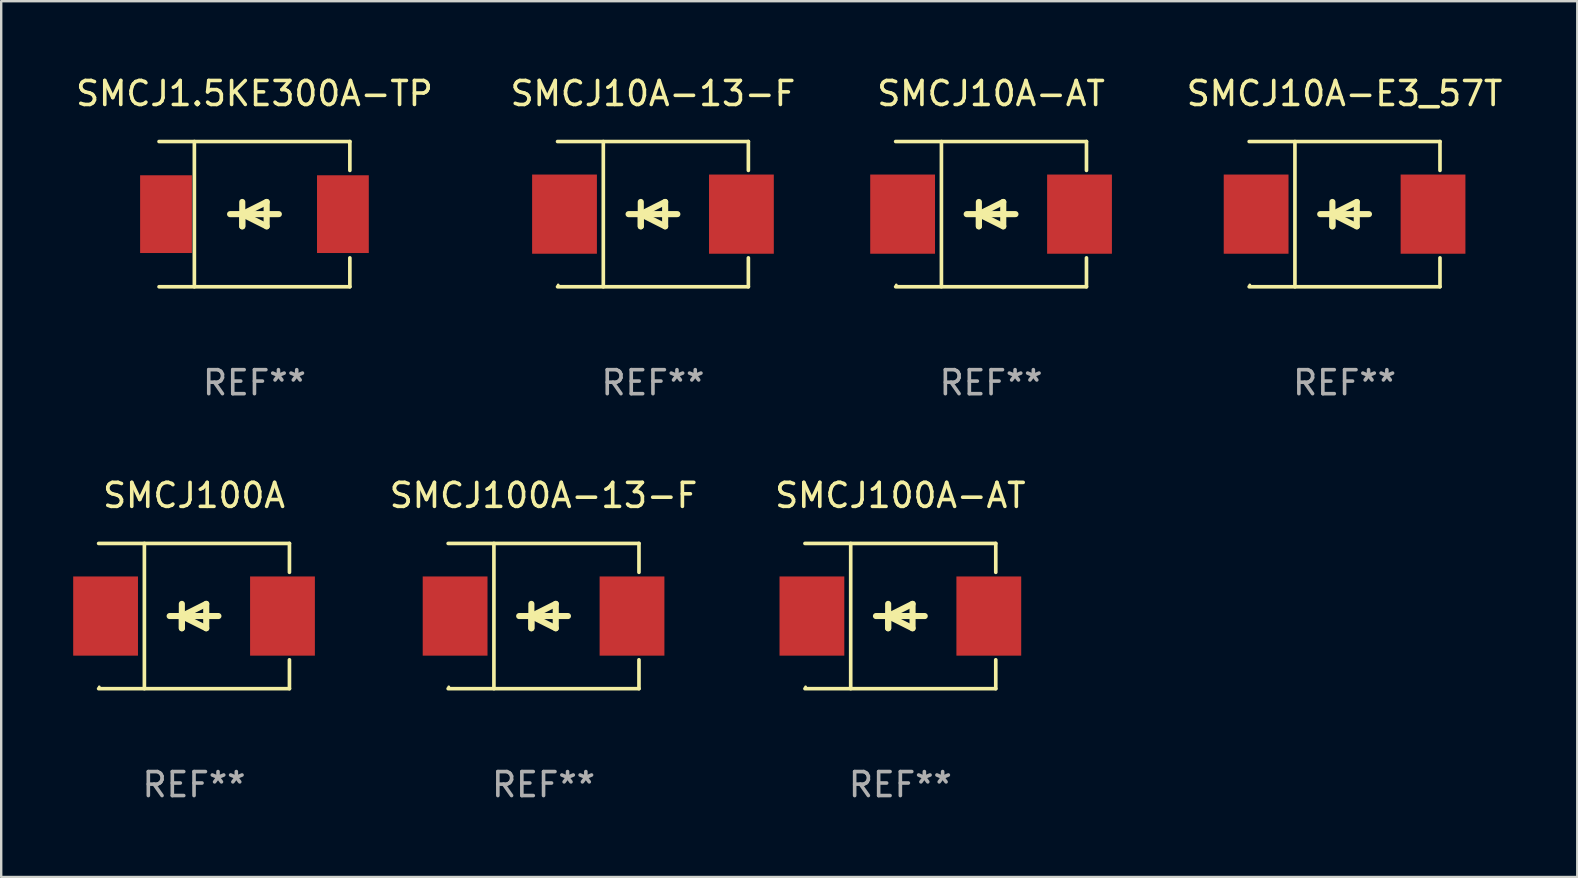
<source format=kicad_pcb>
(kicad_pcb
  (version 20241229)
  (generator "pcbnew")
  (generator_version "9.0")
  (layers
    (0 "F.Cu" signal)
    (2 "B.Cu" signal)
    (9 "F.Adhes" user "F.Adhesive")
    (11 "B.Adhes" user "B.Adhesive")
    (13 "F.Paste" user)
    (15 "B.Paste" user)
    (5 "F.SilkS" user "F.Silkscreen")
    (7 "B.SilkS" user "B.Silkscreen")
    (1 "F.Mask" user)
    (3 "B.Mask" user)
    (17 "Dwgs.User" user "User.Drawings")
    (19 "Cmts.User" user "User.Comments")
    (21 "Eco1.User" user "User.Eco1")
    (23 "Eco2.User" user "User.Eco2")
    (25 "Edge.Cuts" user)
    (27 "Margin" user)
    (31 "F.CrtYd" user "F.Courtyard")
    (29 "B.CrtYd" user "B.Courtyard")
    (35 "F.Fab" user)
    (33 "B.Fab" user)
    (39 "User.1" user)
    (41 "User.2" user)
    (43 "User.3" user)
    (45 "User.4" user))
  (footprint "SMCJ10A-E3_57T"
    (layer "F.Cu")
    (at 52.983 5.874)
    (property "Reference" "SMCJ10A-E3_57T" (at 0 -5.026 0) (layer "F.SilkS") (effects (font (size 1 1) (thickness 0.15))))
    (attr through_hole)
    (fp_line (start -3.976 -3.026) (end 3.976 -3.026) (stroke (width 0.152) (type solid)) (layer "F.SilkS"))
    (fp_line (start -3.976 3.026) (end 3.976 3.026) (stroke (width 0.152) (type solid)) (layer "F.SilkS"))
    (fp_line (start -2.069 -3.026) (end -2.069 3.026) (stroke (width 0.152) (type solid)) (layer "F.SilkS"))
    (fp_line (start -0.508 0) (end -0.508 0.508) (stroke (width 0.254) (type solid)) (layer "F.SilkS"))
    (fp_line (start -0.508 0) (end 0.508 0.508) (stroke (width 0.254) (type solid)) (layer "F.SilkS"))
    (fp_line (start -0.508 0.508) (end -0.508 -0.508) (stroke (width 0.254) (type solid)) (layer "F.SilkS"))
    (fp_line (start 0.508 -0.508) (end -0.508 0) (stroke (width 0.254) (type solid)) (layer "F.SilkS"))
    (fp_line (start 0.508 0.508) (end 0.508 -0.508) (stroke (width 0.254) (type solid)) (layer "F.SilkS"))
    (fp_line (start 1.016 0) (end -1.016 0) (stroke (width 0.254) (type solid)) (layer "F.SilkS"))
    (fp_line (start 3.976 -3.026) (end 3.976 -1.823) (stroke (width 0.152) (type solid)) (layer "F.SilkS"))
    (fp_line (start 3.976 3.026) (end 3.976 1.823) (stroke (width 0.152) (type solid)) (layer "F.SilkS"))
    (fp_circle (center -3.95 2.95) (end -3.92 2.95) (stroke (width 0.06) (type solid)) (fill no) (layer "F.SilkS"))
    (fp_text user "REF**" (at 0 7.026 0) (layer "F.Fab") (effects (font (size 1 1) (thickness 0.15))))
    (pad "1" smd rect (at -3.686 0) (size 2.7 3.3) (layers "F.Cu" "F.Mask" "F.Paste"))
    (pad "2" smd rect (at 3.686 0) (size 2.7 3.3) (layers "F.Cu" "F.Mask" "F.Paste")))
  (footprint "SMCJ10A-13-F"
    (layer "F.Cu")
    (at 24.161 5.874)
    (property "Reference" "SMCJ10A-13-F" (at 0 -5.026 0) (layer "F.SilkS") (effects (font (size 1 1) (thickness 0.15))))
    (attr through_hole)
    (fp_line (start -3.976 -3.026) (end 3.976 -3.026) (stroke (width 0.152) (type solid)) (layer "F.SilkS"))
    (fp_line (start -3.976 3.026) (end 3.976 3.026) (stroke (width 0.152) (type solid)) (layer "F.SilkS"))
    (fp_line (start -2.069 -3.026) (end -2.069 3.026) (stroke (width 0.152) (type solid)) (layer "F.SilkS"))
    (fp_line (start -0.508 0) (end -0.508 0.508) (stroke (width 0.254) (type solid)) (layer "F.SilkS"))
    (fp_line (start -0.508 0) (end 0.508 0.508) (stroke (width 0.254) (type solid)) (layer "F.SilkS"))
    (fp_line (start -0.508 0.508) (end -0.508 -0.508) (stroke (width 0.254) (type solid)) (layer "F.SilkS"))
    (fp_line (start 0.508 -0.508) (end -0.508 0) (stroke (width 0.254) (type solid)) (layer "F.SilkS"))
    (fp_line (start 0.508 0.508) (end 0.508 -0.508) (stroke (width 0.254) (type solid)) (layer "F.SilkS"))
    (fp_line (start 1.016 0) (end -1.016 0) (stroke (width 0.254) (type solid)) (layer "F.SilkS"))
    (fp_line (start 3.976 -3.026) (end 3.976 -1.823) (stroke (width 0.152) (type solid)) (layer "F.SilkS"))
    (fp_line (start 3.976 3.026) (end 3.976 1.823) (stroke (width 0.152) (type solid)) (layer "F.SilkS"))
    (fp_circle (center -3.95 2.95) (end -3.92 2.95) (stroke (width 0.06) (type solid)) (fill no) (layer "F.SilkS"))
    (fp_text user "REF**" (at 0 7.026 0) (layer "F.Fab") (effects (font (size 1 1) (thickness 0.15))))
    (pad "1" smd rect (at -3.686 0) (size 2.7 3.3) (layers "F.Cu" "F.Mask" "F.Paste"))
    (pad "2" smd rect (at 3.686 0) (size 2.7 3.3) (layers "F.Cu" "F.Mask" "F.Paste")))
  (footprint "SMCJ100A-AT"
    (layer "F.Cu")
    (at 34.471 22.623)
    (property "Reference" "SMCJ100A-AT" (at 0 -5.026 0) (layer "F.SilkS") (effects (font (size 1 1) (thickness 0.15))))
    (attr through_hole)
    (fp_line (start -3.976 -3.026) (end 3.976 -3.026) (stroke (width 0.152) (type solid)) (layer "F.SilkS"))
    (fp_line (start -3.976 3.026) (end 3.976 3.026) (stroke (width 0.152) (type solid)) (layer "F.SilkS"))
    (fp_line (start -2.069 -3.026) (end -2.069 3.026) (stroke (width 0.152) (type solid)) (layer "F.SilkS"))
    (fp_line (start -0.508 0) (end -0.508 0.508) (stroke (width 0.254) (type solid)) (layer "F.SilkS"))
    (fp_line (start -0.508 0) (end 0.508 0.508) (stroke (width 0.254) (type solid)) (layer "F.SilkS"))
    (fp_line (start -0.508 0.508) (end -0.508 -0.508) (stroke (width 0.254) (type solid)) (layer "F.SilkS"))
    (fp_line (start 0.508 -0.508) (end -0.508 0) (stroke (width 0.254) (type solid)) (layer "F.SilkS"))
    (fp_line (start 0.508 0.508) (end 0.508 -0.508) (stroke (width 0.254) (type solid)) (layer "F.SilkS"))
    (fp_line (start 1.016 0) (end -1.016 0) (stroke (width 0.254) (type solid)) (layer "F.SilkS"))
    (fp_line (start 3.976 -3.026) (end 3.976 -1.823) (stroke (width 0.152) (type solid)) (layer "F.SilkS"))
    (fp_line (start 3.976 3.026) (end 3.976 1.823) (stroke (width 0.152) (type solid)) (layer "F.SilkS"))
    (fp_circle (center -3.95 2.95) (end -3.92 2.95) (stroke (width 0.06) (type solid)) (fill no) (layer "F.SilkS"))
    (fp_text user "REF**" (at 0 7.026 0) (layer "F.Fab") (effects (font (size 1 1) (thickness 0.15))))
    (pad "1" smd rect (at -3.686 0) (size 2.7 3.3) (layers "F.Cu" "F.Mask" "F.Paste"))
    (pad "2" smd rect (at 3.686 0) (size 2.7 3.3) (layers "F.Cu" "F.Mask" "F.Paste")))
  (footprint "SMCJ1.5KE300A-TP"
    (layer "F.Cu")
    (at 7.554 5.874)
    (property "Reference" "SMCJ1.5KE300A-TP" (at 0 -5.026 0) (layer "F.SilkS") (effects (font (size 1 1) (thickness 0.15))))
    (attr through_hole)
    (fp_line (start -3.976 -3.026) (end 3.976 -3.026) (stroke (width 0.152) (type solid)) (layer "F.SilkS"))
    (fp_line (start -3.976 3.026) (end 3.976 3.026) (stroke (width 0.152) (type solid)) (layer "F.SilkS"))
    (fp_line (start -2.504 -3.026) (end -2.504 3.026) (stroke (width 0.152) (type solid)) (layer "F.SilkS"))
    (fp_line (start -0.508 0) (end -0.508 0.508) (stroke (width 0.254) (type solid)) (layer "F.SilkS"))
    (fp_line (start -0.508 0) (end 0.508 0.508) (stroke (width 0.254) (type solid)) (layer "F.SilkS"))
    (fp_line (start -0.508 0.508) (end -0.508 -0.508) (stroke (width 0.254) (type solid)) (layer "F.SilkS"))
    (fp_line (start 0.508 -0.508) (end -0.508 0) (stroke (width 0.254) (type solid)) (layer "F.SilkS"))
    (fp_line (start 0.508 0.508) (end 0.508 -0.508) (stroke (width 0.254) (type solid)) (layer "F.SilkS"))
    (fp_line (start 1.016 0) (end -1.016 0) (stroke (width 0.254) (type solid)) (layer "F.SilkS"))
    (fp_line (start 3.976 -3.026) (end 3.976 -1.823) (stroke (width 0.152) (type solid)) (layer "F.SilkS"))
    (fp_line (start 3.976 3.026) (end 3.976 1.823) (stroke (width 0.152) (type solid)) (layer "F.SilkS"))
    (fp_circle (center 3.95 -2.95) (end 3.98 -2.95) (stroke (width 0.06) (type solid)) (fill no) (layer "F.SilkS"))
    (fp_text user "REF**" (at 0 7.026 0) (layer "F.Fab") (effects (font (size 1 1) (thickness 0.15))))
    (pad "1" smd rect (at 3.686 0 180) (size 2.158 3.24) (layers "F.Cu" "F.Mask" "F.Paste"))
    (pad "2" smd rect (at -3.686 0 180) (size 2.158 3.24) (layers "F.Cu" "F.Mask" "F.Paste")))
  (footprint "SMCJ10A-AT"
    (layer "F.Cu")
    (at 38.251 5.874)
    (property "Reference" "SMCJ10A-AT" (at 0 -5.026 0) (layer "F.SilkS") (effects (font (size 1 1) (thickness 0.15))))
    (attr through_hole)
    (fp_line (start -3.976 -3.026) (end 3.976 -3.026) (stroke (width 0.152) (type solid)) (layer "F.SilkS"))
    (fp_line (start -3.976 3.026) (end 3.976 3.026) (stroke (width 0.152) (type solid)) (layer "F.SilkS"))
    (fp_line (start -2.069 -3.026) (end -2.069 3.026) (stroke (width 0.152) (type solid)) (layer "F.SilkS"))
    (fp_line (start -0.508 0) (end -0.508 0.508) (stroke (width 0.254) (type solid)) (layer "F.SilkS"))
    (fp_line (start -0.508 0) (end 0.508 0.508) (stroke (width 0.254) (type solid)) (layer "F.SilkS"))
    (fp_line (start -0.508 0.508) (end -0.508 -0.508) (stroke (width 0.254) (type solid)) (layer "F.SilkS"))
    (fp_line (start 0.508 -0.508) (end -0.508 0) (stroke (width 0.254) (type solid)) (layer "F.SilkS"))
    (fp_line (start 0.508 0.508) (end 0.508 -0.508) (stroke (width 0.254) (type solid)) (layer "F.SilkS"))
    (fp_line (start 1.016 0) (end -1.016 0) (stroke (width 0.254) (type solid)) (layer "F.SilkS"))
    (fp_line (start 3.976 -3.026) (end 3.976 -1.823) (stroke (width 0.152) (type solid)) (layer "F.SilkS"))
    (fp_line (start 3.976 3.026) (end 3.976 1.823) (stroke (width 0.152) (type solid)) (layer "F.SilkS"))
    (fp_circle (center -3.95 2.95) (end -3.92 2.95) (stroke (width 0.06) (type solid)) (fill no) (layer "F.SilkS"))
    (fp_text user "REF**" (at 0 7.026 0) (layer "F.Fab") (effects (font (size 1 1) (thickness 0.15))))
    (pad "1" smd rect (at -3.686 0) (size 2.7 3.3) (layers "F.Cu" "F.Mask" "F.Paste"))
    (pad "2" smd rect (at 3.686 0) (size 2.7 3.3) (layers "F.Cu" "F.Mask" "F.Paste")))
  (footprint "SMCJ100A"
    (layer "F.Cu")
    (at 5.036 22.623)
    (property "Reference" "SMCJ100A" (at 0 -5.026 0) (layer "F.SilkS") (effects (font (size 1 1) (thickness 0.15))))
    (attr through_hole)
    (fp_line (start -3.976 -3.026) (end 3.976 -3.026) (stroke (width 0.152) (type solid)) (layer "F.SilkS"))
    (fp_line (start -3.976 3.026) (end 3.976 3.026) (stroke (width 0.152) (type solid)) (layer "F.SilkS"))
    (fp_line (start -2.069 -3.026) (end -2.069 3.026) (stroke (width 0.152) (type solid)) (layer "F.SilkS"))
    (fp_line (start -0.508 0) (end -0.508 0.508) (stroke (width 0.254) (type solid)) (layer "F.SilkS"))
    (fp_line (start -0.508 0) (end 0.508 0.508) (stroke (width 0.254) (type solid)) (layer "F.SilkS"))
    (fp_line (start -0.508 0.508) (end -0.508 -0.508) (stroke (width 0.254) (type solid)) (layer "F.SilkS"))
    (fp_line (start 0.508 -0.508) (end -0.508 0) (stroke (width 0.254) (type solid)) (layer "F.SilkS"))
    (fp_line (start 0.508 0.508) (end 0.508 -0.508) (stroke (width 0.254) (type solid)) (layer "F.SilkS"))
    (fp_line (start 1.016 0) (end -1.016 0) (stroke (width 0.254) (type solid)) (layer "F.SilkS"))
    (fp_line (start 3.976 -3.026) (end 3.976 -1.823) (stroke (width 0.152) (type solid)) (layer "F.SilkS"))
    (fp_line (start 3.976 3.026) (end 3.976 1.823) (stroke (width 0.152) (type solid)) (layer "F.SilkS"))
    (fp_circle (center -3.95 2.95) (end -3.92 2.95) (stroke (width 0.06) (type solid)) (fill no) (layer "F.SilkS"))
    (fp_text user "REF**" (at 0 7.026 0) (layer "F.Fab") (effects (font (size 1 1) (thickness 0.15))))
    (pad "1" smd rect (at -3.686 0) (size 2.7 3.3) (layers "F.Cu" "F.Mask" "F.Paste"))
    (pad "2" smd rect (at 3.686 0) (size 2.7 3.3) (layers "F.Cu" "F.Mask" "F.Paste")))
  (footprint "SMCJ100A-13-F"
    (layer "F.Cu")
    (at 19.602 22.623)
    (property "Reference" "SMCJ100A-13-F" (at 0 -5.026 0) (layer "F.SilkS") (effects (font (size 1 1) (thickness 0.15))))
    (attr through_hole)
    (fp_line (start -3.976 -3.026) (end 3.976 -3.026) (stroke (width 0.152) (type solid)) (layer "F.SilkS"))
    (fp_line (start -3.976 3.026) (end 3.976 3.026) (stroke (width 0.152) (type solid)) (layer "F.SilkS"))
    (fp_line (start -2.069 -3.026) (end -2.069 3.026) (stroke (width 0.152) (type solid)) (layer "F.SilkS"))
    (fp_line (start -0.508 0) (end -0.508 0.508) (stroke (width 0.254) (type solid)) (layer "F.SilkS"))
    (fp_line (start -0.508 0) (end 0.508 0.508) (stroke (width 0.254) (type solid)) (layer "F.SilkS"))
    (fp_line (start -0.508 0.508) (end -0.508 -0.508) (stroke (width 0.254) (type solid)) (layer "F.SilkS"))
    (fp_line (start 0.508 -0.508) (end -0.508 0) (stroke (width 0.254) (type solid)) (layer "F.SilkS"))
    (fp_line (start 0.508 0.508) (end 0.508 -0.508) (stroke (width 0.254) (type solid)) (layer "F.SilkS"))
    (fp_line (start 1.016 0) (end -1.016 0) (stroke (width 0.254) (type solid)) (layer "F.SilkS"))
    (fp_line (start 3.976 -3.026) (end 3.976 -1.823) (stroke (width 0.152) (type solid)) (layer "F.SilkS"))
    (fp_line (start 3.976 3.026) (end 3.976 1.823) (stroke (width 0.152) (type solid)) (layer "F.SilkS"))
    (fp_circle (center -3.95 2.95) (end -3.92 2.95) (stroke (width 0.06) (type solid)) (fill no) (layer "F.SilkS"))
    (fp_text user "REF**" (at 0 7.026 0) (layer "F.Fab") (effects (font (size 1 1) (thickness 0.15))))
    (pad "1" smd rect (at -3.686 0) (size 2.7 3.3) (layers "F.Cu" "F.Mask" "F.Paste"))
    (pad "2" smd rect (at 3.686 0) (size 2.7 3.3) (layers "F.Cu" "F.Mask" "F.Paste")))
  (gr_rect
    (start -3 -3)
    (end 62.68 33.498)
    (stroke (width 0.1) (type default))
    (fill no)
    (layer "Edge.Cuts")))
</source>
